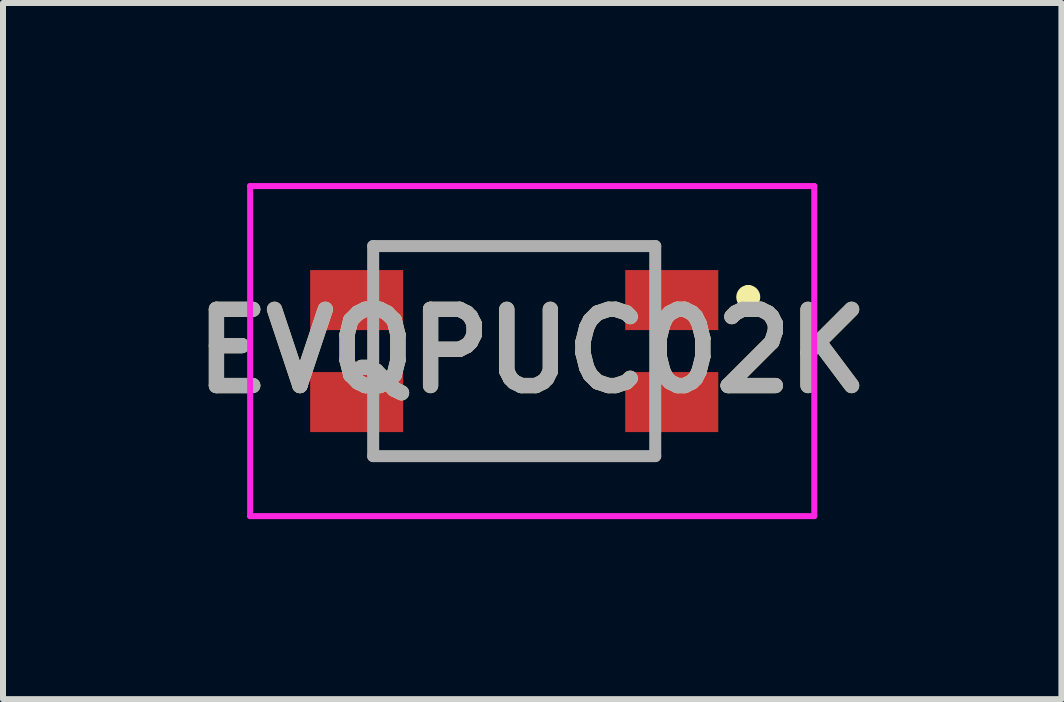
<source format=kicad_pcb>
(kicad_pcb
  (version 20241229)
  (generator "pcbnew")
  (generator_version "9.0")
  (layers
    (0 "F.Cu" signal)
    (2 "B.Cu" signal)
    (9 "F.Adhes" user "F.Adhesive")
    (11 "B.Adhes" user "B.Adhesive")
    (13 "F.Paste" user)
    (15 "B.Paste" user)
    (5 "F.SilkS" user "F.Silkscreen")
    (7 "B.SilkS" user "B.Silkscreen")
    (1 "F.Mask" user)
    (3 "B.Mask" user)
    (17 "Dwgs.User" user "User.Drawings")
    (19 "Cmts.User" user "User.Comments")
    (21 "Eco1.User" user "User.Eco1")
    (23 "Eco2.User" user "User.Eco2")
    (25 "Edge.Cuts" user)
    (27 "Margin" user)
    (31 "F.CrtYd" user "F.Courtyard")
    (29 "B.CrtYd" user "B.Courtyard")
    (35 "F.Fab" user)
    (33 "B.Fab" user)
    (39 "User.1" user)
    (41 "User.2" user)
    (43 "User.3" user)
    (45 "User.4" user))
  (footprint "EVQPUC02K"
    (layer "F.Cu")
    (at 5.518 2.8)
    (property "Reference" "EVQPUC02K" (at 0.3 0 0) (layer "F.SilkS") (effects (font (size 1.27 1.27) (thickness 0.254))))
    (attr through_hole)
    (fp_line (start -2.35 -1.75) (end 2.35 -1.75) (stroke (width 0.1) (type solid)) (layer "F.SilkS"))
    (fp_line (start -2.35 1.75) (end 2.35 1.75) (stroke (width 0.1) (type solid)) (layer "F.SilkS"))
    (fp_line (start 3.9 -1) (end 3.9 -1) (stroke (width 0.2) (type solid)) (layer "F.SilkS"))
    (fp_line (start 3.9 -0.8) (end 3.9 -0.8) (stroke (width 0.2) (type solid)) (layer "F.SilkS"))
    (fp_arc (start 3.9 -1) (mid 4 -0.9) (end 3.9 -0.8) (stroke (width 0.2) (type solid)) (layer "F.SilkS"))
    (fp_arc (start 3.9 -0.8) (mid 3.8 -0.9) (end 3.9 -1) (stroke (width 0.2) (type solid)) (layer "F.SilkS"))
    (fp_line (start -4.4 -2.75) (end 5 -2.75) (stroke (width 0.1) (type solid)) (layer "F.CrtYd"))
    (fp_line (start -4.4 2.75) (end -4.4 -2.75) (stroke (width 0.1) (type solid)) (layer "F.CrtYd"))
    (fp_line (start 5 -2.75) (end 5 2.75) (stroke (width 0.1) (type solid)) (layer "F.CrtYd"))
    (fp_line (start 5 2.75) (end -4.4 2.75) (stroke (width 0.1) (type solid)) (layer "F.CrtYd"))
    (fp_line (start -2.35 -1.75) (end 2.35 -1.75) (stroke (width 0.2) (type solid)) (layer "F.Fab"))
    (fp_line (start -2.35 1.75) (end -2.35 -1.75) (stroke (width 0.2) (type solid)) (layer "F.Fab"))
    (fp_line (start 2.35 -1.75) (end 2.35 1.75) (stroke (width 0.2) (type solid)) (layer "F.Fab"))
    (fp_line (start 2.35 1.75) (end -2.35 1.75) (stroke (width 0.2) (type solid)) (layer "F.Fab"))
    (fp_text user "${REFERENCE}" (at 0.3 0 0) (layer "F.Fab") (effects (font (size 1.27 1.27) (thickness 0.254))))
    (pad "" np_thru_hole circle (at 0 -0.85) (size 0.001 0.001) (drill 0.85) (layers "*.Cu" "*.Mask"))
    (pad "" np_thru_hole circle (at 0 0.85) (size 0.001 0.001) (drill 0.85) (layers "*.Cu" "*.Mask"))
    (pad "1" smd rect (at 2.625 -0.85 90) (size 1 1.55) (layers "F.Cu" "F.Mask" "F.Paste"))
    (pad "2" smd rect (at 2.625 0.85 90) (size 1 1.55) (layers "F.Cu" "F.Mask" "F.Paste"))
    (pad "3" smd rect (at -2.625 0.85 90) (size 1 1.55) (layers "F.Cu" "F.Mask" "F.Paste"))
    (pad "4" smd rect (at -2.625 -0.85 90) (size 1 1.55) (layers "F.Cu" "F.Mask" "F.Paste")))
  (gr_rect
    (start -3 -3)
    (end 14.636 8.6)
    (stroke (width 0.1) (type default))
    (fill no)
    (layer "Edge.Cuts")))
</source>
